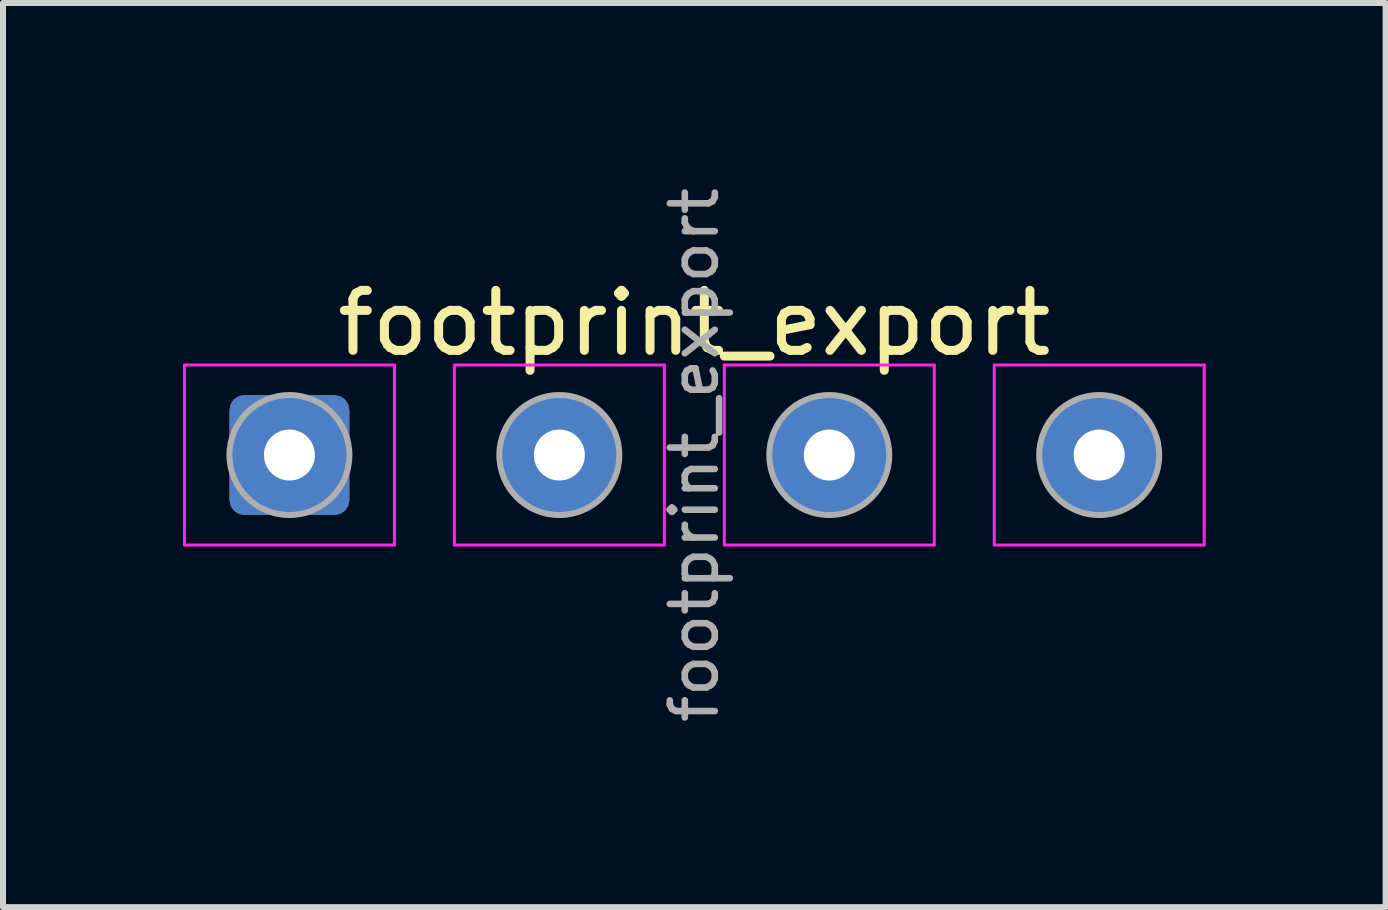
<source format=kicad_pcb>
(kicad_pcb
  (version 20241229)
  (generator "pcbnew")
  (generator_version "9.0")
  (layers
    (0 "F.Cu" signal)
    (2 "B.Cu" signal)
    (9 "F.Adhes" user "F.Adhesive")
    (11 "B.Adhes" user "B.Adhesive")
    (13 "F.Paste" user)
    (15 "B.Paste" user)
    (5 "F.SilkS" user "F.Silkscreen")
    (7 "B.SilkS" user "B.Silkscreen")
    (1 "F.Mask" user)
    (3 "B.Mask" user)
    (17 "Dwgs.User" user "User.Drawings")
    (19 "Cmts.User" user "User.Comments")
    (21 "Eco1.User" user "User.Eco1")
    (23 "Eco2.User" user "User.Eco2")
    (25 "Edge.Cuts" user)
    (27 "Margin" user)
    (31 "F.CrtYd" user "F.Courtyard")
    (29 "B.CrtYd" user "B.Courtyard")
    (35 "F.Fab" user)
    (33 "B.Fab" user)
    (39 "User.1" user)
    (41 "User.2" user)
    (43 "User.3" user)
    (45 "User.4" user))
  (footprint "footprint_export"
    (layer "F.Cu")
    (at 1.775 4.536)
    (property "Reference" "footprint_export" (at 6.75 -2.2 0) (layer "F.SilkS") (effects (font (size 1 1) (thickness 0.15))))
    (attr exclude_from_pos_files exclude_from_bom)
    (fp_line (start -1.75 -1.5) (end -1.75 1.5) (stroke (width 0.05) (type solid)) (layer "F.CrtYd"))
    (fp_line (start -1.75 1.5) (end 1.75 1.5) (stroke (width 0.05) (type solid)) (layer "F.CrtYd"))
    (fp_line (start 1.75 -1.5) (end -1.75 -1.5) (stroke (width 0.05) (type solid)) (layer "F.CrtYd"))
    (fp_line (start 1.75 1.5) (end 1.75 -1.5) (stroke (width 0.05) (type solid)) (layer "F.CrtYd"))
    (fp_line (start 2.75 -1.5) (end 2.75 1.5) (stroke (width 0.05) (type solid)) (layer "F.CrtYd"))
    (fp_line (start 2.75 1.5) (end 6.25 1.5) (stroke (width 0.05) (type solid)) (layer "F.CrtYd"))
    (fp_line (start 6.25 -1.5) (end 2.75 -1.5) (stroke (width 0.05) (type solid)) (layer "F.CrtYd"))
    (fp_line (start 6.25 1.5) (end 6.25 -1.5) (stroke (width 0.05) (type solid)) (layer "F.CrtYd"))
    (fp_line (start 7.25 -1.5) (end 7.25 1.5) (stroke (width 0.05) (type solid)) (layer "F.CrtYd"))
    (fp_line (start 7.25 1.5) (end 10.75 1.5) (stroke (width 0.05) (type solid)) (layer "F.CrtYd"))
    (fp_line (start 10.75 -1.5) (end 7.25 -1.5) (stroke (width 0.05) (type solid)) (layer "F.CrtYd"))
    (fp_line (start 10.75 1.5) (end 10.75 -1.5) (stroke (width 0.05) (type solid)) (layer "F.CrtYd"))
    (fp_line (start 11.75 -1.5) (end 11.75 1.5) (stroke (width 0.05) (type solid)) (layer "F.CrtYd"))
    (fp_line (start 11.75 1.5) (end 15.25 1.5) (stroke (width 0.05) (type solid)) (layer "F.CrtYd"))
    (fp_line (start 15.25 -1.5) (end 11.75 -1.5) (stroke (width 0.05) (type solid)) (layer "F.CrtYd"))
    (fp_line (start 15.25 1.5) (end 15.25 -1.5) (stroke (width 0.05) (type solid)) (layer "F.CrtYd"))
    (fp_circle (center 0 0) (end 1 0) (stroke (width 0.1) (type solid)) (fill no) (layer "F.Fab"))
    (fp_circle (center 4.5 0) (end 5.5 0) (stroke (width 0.1) (type solid)) (fill no) (layer "F.Fab"))
    (fp_circle (center 9 0) (end 10 0) (stroke (width 0.1) (type solid)) (fill no) (layer "F.Fab"))
    (fp_circle (center 13.5 0) (end 14.5 0) (stroke (width 0.1) (type solid)) (fill no) (layer "F.Fab"))
    (fp_text user "${REFERENCE}" (at 6.75 0 90) (layer "F.Fab") (effects (font (size 0.75 0.75) (thickness 0.11))))
    (pad "1" thru_hole roundrect (at 0 0) (size 2 2) (drill 0.85) (layers "*.Cu" "*.Mask") (roundrect_rratio 0.125))
    (pad "2" thru_hole circle (at 4.5 0) (size 2 2) (drill 0.85) (layers "*.Cu" "*.Mask"))
    (pad "3" thru_hole circle (at 9 0) (size 2 2) (drill 0.85) (layers "*.Cu" "*.Mask"))
    (pad "4" thru_hole circle (at 13.5 0) (size 2 2) (drill 0.85) (layers "*.Cu" "*.Mask")))
  (gr_rect
    (start -3 -3)
    (end 20.05 12.073)
    (stroke (width 0.1) (type default))
    (fill no)
    (layer "Edge.Cuts")))
</source>
